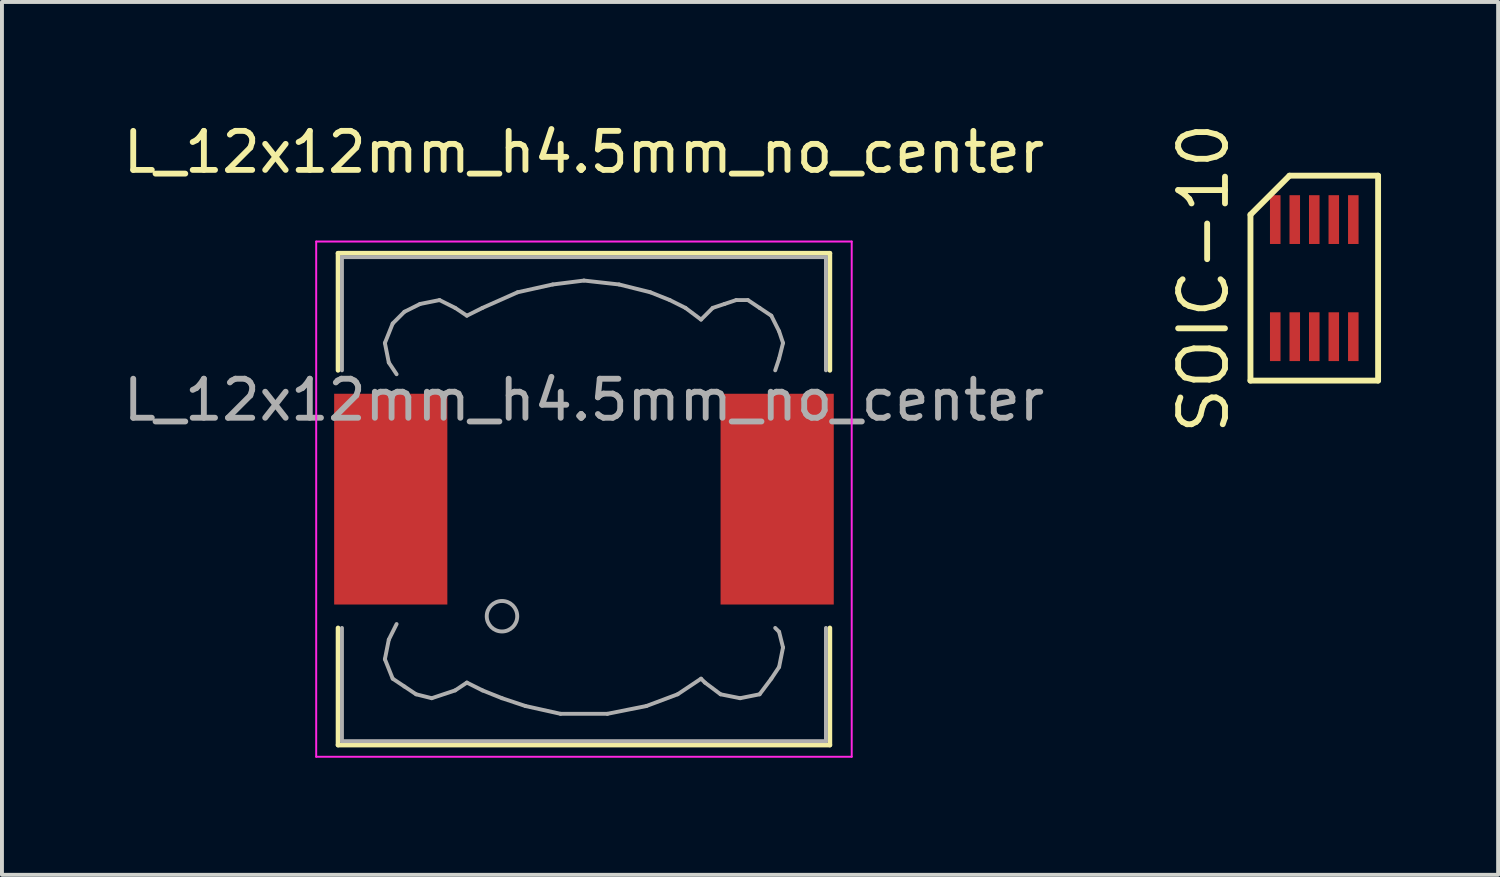
<source format=kicad_pcb>
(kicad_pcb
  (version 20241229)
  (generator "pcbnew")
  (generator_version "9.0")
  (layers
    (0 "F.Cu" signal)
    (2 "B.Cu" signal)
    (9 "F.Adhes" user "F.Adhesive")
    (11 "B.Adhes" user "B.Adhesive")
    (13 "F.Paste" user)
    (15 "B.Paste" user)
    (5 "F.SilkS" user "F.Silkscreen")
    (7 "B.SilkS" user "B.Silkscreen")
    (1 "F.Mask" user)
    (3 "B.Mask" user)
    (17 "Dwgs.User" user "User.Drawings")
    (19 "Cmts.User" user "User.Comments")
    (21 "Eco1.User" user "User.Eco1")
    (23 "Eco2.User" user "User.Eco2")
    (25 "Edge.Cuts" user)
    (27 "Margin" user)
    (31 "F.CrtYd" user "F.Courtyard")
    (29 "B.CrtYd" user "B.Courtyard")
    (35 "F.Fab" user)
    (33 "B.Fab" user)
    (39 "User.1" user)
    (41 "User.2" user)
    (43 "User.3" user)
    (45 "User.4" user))
  (footprint "SOIC-10"
    (layer "F.Cu")
    (at 30.622 4.076)
    (property "Reference" "SOIC-10" (at -2.835 0 90) (layer "F.SilkS") (effects (font (size 1.2 1.2) (thickness 0.15))))
    (attr through_hole)
    (fp_line (start -1.635 -1.625) (end -1.635 2.625) (stroke (width 0.15) (type solid)) (layer "F.SilkS"))
    (fp_line (start -1.635 2.625) (end 1.635 2.625) (stroke (width 0.15) (type solid)) (layer "F.SilkS"))
    (fp_line (start -0.635 -2.625) (end -1.635 -1.625) (stroke (width 0.15) (type solid)) (layer "F.SilkS"))
    (fp_line (start 1.635 -2.625) (end -0.635 -2.625) (stroke (width 0.15) (type solid)) (layer "F.SilkS"))
    (fp_line (start 1.635 2.625) (end 1.635 -2.625) (stroke (width 0.15) (type solid)) (layer "F.SilkS"))
    (pad "1" smd rect (at -1 1.5) (size 0.27 1.25) (layers "F.Cu" "F.Mask" "F.Paste"))
    (pad "2" smd rect (at -0.5 1.5) (size 0.27 1.25) (layers "F.Cu" "F.Mask" "F.Paste"))
    (pad "3" smd rect (at 0 1.5) (size 0.27 1.25) (layers "F.Cu" "F.Mask" "F.Paste"))
    (pad "4" smd rect (at 0.5 1.5) (size 0.27 1.25) (layers "F.Cu" "F.Mask" "F.Paste"))
    (pad "5" smd rect (at 1 1.5) (size 0.27 1.25) (layers "F.Cu" "F.Mask" "F.Paste"))
    (pad "6" smd rect (at 1 -1.5) (size 0.27 1.25) (layers "F.Cu" "F.Mask" "F.Paste"))
    (pad "7" smd rect (at 0.5 -1.5) (size 0.27 1.25) (layers "F.Cu" "F.Mask" "F.Paste"))
    (pad "8" smd rect (at 0 -1.5) (size 0.27 1.25) (layers "F.Cu" "F.Mask" "F.Paste"))
    (pad "9" smd rect (at -0.5 -1.5) (size 0.27 1.25) (layers "F.Cu" "F.Mask" "F.Paste"))
    (pad "10" smd rect (at -1 -1.5) (size 0.27 1.25) (layers "F.Cu" "F.Mask" "F.Paste")))
  (footprint "L_12x12mm_h4.5mm_no_center"
    (layer "F.Cu")
    (at 11.911 9.738)
    (property "Reference" "L_12x12mm_h4.5mm_no_center" (at 0 -8.89 0) (layer "F.SilkS") (effects (font (size 1 1) (thickness 0.15))))
    (attr smd)
    (fp_line (start -6.3 -6.3) (end 6.3 -6.3) (stroke (width 0.12) (type solid)) (layer "F.SilkS"))
    (fp_line (start -6.3 -3.3) (end -6.3 -6.3) (stroke (width 0.12) (type solid)) (layer "F.SilkS"))
    (fp_line (start -6.3 6.3) (end -6.3 3.3) (stroke (width 0.12) (type solid)) (layer "F.SilkS"))
    (fp_line (start 6.3 -6.3) (end 6.3 -3.3) (stroke (width 0.12) (type solid)) (layer "F.SilkS"))
    (fp_line (start 6.3 3.3) (end 6.3 6.3) (stroke (width 0.12) (type solid)) (layer "F.SilkS"))
    (fp_line (start 6.3 6.3) (end -6.3 6.3) (stroke (width 0.12) (type solid)) (layer "F.SilkS"))
    (fp_line (start -6.86 -6.6) (end 6.86 -6.6) (stroke (width 0.05) (type solid)) (layer "F.CrtYd"))
    (fp_line (start -6.86 6.6) (end -6.86 -6.6) (stroke (width 0.05) (type solid)) (layer "F.CrtYd"))
    (fp_line (start 6.86 -6.6) (end 6.86 6.6) (stroke (width 0.05) (type solid)) (layer "F.CrtYd"))
    (fp_line (start 6.86 6.6) (end -6.86 6.6) (stroke (width 0.05) (type solid)) (layer "F.CrtYd"))
    (fp_line (start -6.2 -6.2) (end -6.2 -3.3) (stroke (width 0.1) (type solid)) (layer "F.Fab"))
    (fp_line (start -6.2 3.3) (end -6.2 6.2) (stroke (width 0.1) (type solid)) (layer "F.Fab"))
    (fp_line (start -6.2 6.2) (end 6.2 6.2) (stroke (width 0.1) (type solid)) (layer "F.Fab"))
    (fp_line (start -5.1 -4) (end -5 -3.5) (stroke (width 0.1) (type solid)) (layer "F.Fab"))
    (fp_line (start -5.1 4.1) (end -5 3.6) (stroke (width 0.1) (type solid)) (layer "F.Fab"))
    (fp_line (start -5 -3.5) (end -4.8 -3.2) (stroke (width 0.1) (type solid)) (layer "F.Fab"))
    (fp_line (start -5 3.6) (end -4.8 3.2) (stroke (width 0.1) (type solid)) (layer "F.Fab"))
    (fp_line (start -4.9 -4.5) (end -5.1 -4) (stroke (width 0.1) (type solid)) (layer "F.Fab"))
    (fp_line (start -4.9 4.6) (end -5.1 4.1) (stroke (width 0.1) (type solid)) (layer "F.Fab"))
    (fp_line (start -4.6 -4.8) (end -4.9 -4.5) (stroke (width 0.1) (type solid)) (layer "F.Fab"))
    (fp_line (start -4.6 4.8) (end -4.9 4.6) (stroke (width 0.1) (type solid)) (layer "F.Fab"))
    (fp_line (start -4.3 5) (end -4.6 4.8) (stroke (width 0.1) (type solid)) (layer "F.Fab"))
    (fp_line (start -4.2 -5) (end -4.6 -4.8) (stroke (width 0.1) (type solid)) (layer "F.Fab"))
    (fp_line (start -3.9 5.1) (end -4.3 5) (stroke (width 0.1) (type solid)) (layer "F.Fab"))
    (fp_line (start -3.7 -5.1) (end -4.2 -5) (stroke (width 0.1) (type solid)) (layer "F.Fab"))
    (fp_line (start -3.3 -4.9) (end -3.7 -5.1) (stroke (width 0.1) (type solid)) (layer "F.Fab"))
    (fp_line (start -3.3 4.9) (end -3.9 5.1) (stroke (width 0.1) (type solid)) (layer "F.Fab"))
    (fp_line (start -3 -4.7) (end -3.3 -4.9) (stroke (width 0.1) (type solid)) (layer "F.Fab"))
    (fp_line (start -3 4.7) (end -3.3 4.9) (stroke (width 0.1) (type solid)) (layer "F.Fab"))
    (fp_line (start -2.6 -4.9) (end -3 -4.7) (stroke (width 0.1) (type solid)) (layer "F.Fab"))
    (fp_line (start -2.6 4.9) (end -3 4.7) (stroke (width 0.1) (type solid)) (layer "F.Fab"))
    (fp_line (start -2.1 5.1) (end -2.6 4.9) (stroke (width 0.1) (type solid)) (layer "F.Fab"))
    (fp_line (start -1.7 -5.3) (end -2.6 -4.9) (stroke (width 0.1) (type solid)) (layer "F.Fab"))
    (fp_line (start -1.5 5.3) (end -2.1 5.1) (stroke (width 0.1) (type solid)) (layer "F.Fab"))
    (fp_line (start -0.8 -5.5) (end -1.7 -5.3) (stroke (width 0.1) (type solid)) (layer "F.Fab"))
    (fp_line (start -0.6 5.5) (end -1.5 5.3) (stroke (width 0.1) (type solid)) (layer "F.Fab"))
    (fp_line (start 0 -5.6) (end -0.8 -5.5) (stroke (width 0.1) (type solid)) (layer "F.Fab"))
    (fp_line (start 0.6 5.5) (end -0.6 5.5) (stroke (width 0.1) (type solid)) (layer "F.Fab"))
    (fp_line (start 0.9 -5.5) (end 0 -5.6) (stroke (width 0.1) (type solid)) (layer "F.Fab"))
    (fp_line (start 1.6 5.3) (end 0.6 5.5) (stroke (width 0.1) (type solid)) (layer "F.Fab"))
    (fp_line (start 1.7 -5.3) (end 0.9 -5.5) (stroke (width 0.1) (type solid)) (layer "F.Fab"))
    (fp_line (start 2.2 -5.1) (end 1.7 -5.3) (stroke (width 0.1) (type solid)) (layer "F.Fab"))
    (fp_line (start 2.4 5) (end 1.6 5.3) (stroke (width 0.1) (type solid)) (layer "F.Fab"))
    (fp_line (start 2.6 -4.9) (end 2.2 -5.1) (stroke (width 0.1) (type solid)) (layer "F.Fab"))
    (fp_line (start 3 -4.6) (end 2.6 -4.9) (stroke (width 0.1) (type solid)) (layer "F.Fab"))
    (fp_line (start 3 4.6) (end 2.4 5) (stroke (width 0.1) (type solid)) (layer "F.Fab"))
    (fp_line (start 3.1 4.7) (end 3 4.6) (stroke (width 0.1) (type solid)) (layer "F.Fab"))
    (fp_line (start 3.3 -4.9) (end 3 -4.6) (stroke (width 0.1) (type solid)) (layer "F.Fab"))
    (fp_line (start 3.5 5) (end 3.1 4.7) (stroke (width 0.1) (type solid)) (layer "F.Fab"))
    (fp_line (start 3.6 -5) (end 3.3 -4.9) (stroke (width 0.1) (type solid)) (layer "F.Fab"))
    (fp_line (start 3.9 -5.1) (end 3.6 -5) (stroke (width 0.1) (type solid)) (layer "F.Fab"))
    (fp_line (start 4 5.1) (end 3.5 5) (stroke (width 0.1) (type solid)) (layer "F.Fab"))
    (fp_line (start 4.2 -5.1) (end 3.9 -5.1) (stroke (width 0.1) (type solid)) (layer "F.Fab"))
    (fp_line (start 4.5 -4.9) (end 4.2 -5.1) (stroke (width 0.1) (type solid)) (layer "F.Fab"))
    (fp_line (start 4.5 5) (end 4 5.1) (stroke (width 0.1) (type solid)) (layer "F.Fab"))
    (fp_line (start 4.8 -4.7) (end 4.5 -4.9) (stroke (width 0.1) (type solid)) (layer "F.Fab"))
    (fp_line (start 4.8 4.6) (end 4.5 5) (stroke (width 0.1) (type solid)) (layer "F.Fab"))
    (fp_line (start 4.9 -3.3) (end 5 -3.6) (stroke (width 0.1) (type solid)) (layer "F.Fab"))
    (fp_line (start 4.9 3.3) (end 5 3.4) (stroke (width 0.1) (type solid)) (layer "F.Fab"))
    (fp_line (start 5 -4.3) (end 4.8 -4.7) (stroke (width 0.1) (type solid)) (layer "F.Fab"))
    (fp_line (start 5 -3.6) (end 5.1 -4) (stroke (width 0.1) (type solid)) (layer "F.Fab"))
    (fp_line (start 5 3.4) (end 5.1 3.8) (stroke (width 0.1) (type solid)) (layer "F.Fab"))
    (fp_line (start 5 4.3) (end 4.8 4.6) (stroke (width 0.1) (type solid)) (layer "F.Fab"))
    (fp_line (start 5.1 -4) (end 5 -4.3) (stroke (width 0.1) (type solid)) (layer "F.Fab"))
    (fp_line (start 5.1 3.8) (end 5 4.3) (stroke (width 0.1) (type solid)) (layer "F.Fab"))
    (fp_line (start 6.2 -6.2) (end -6.2 -6.2) (stroke (width 0.1) (type solid)) (layer "F.Fab"))
    (fp_line (start 6.2 -6.2) (end 6.2 -3.3) (stroke (width 0.1) (type solid)) (layer "F.Fab"))
    (fp_line (start 6.2 6.2) (end 6.2 3.3) (stroke (width 0.1) (type solid)) (layer "F.Fab"))
    (fp_circle (center -2.1 3) (end -1.8 3.25) (stroke (width 0.1) (type solid)) (fill no) (layer "F.Fab"))
    (fp_text user "${REFERENCE}" (at 0 -2.54 0) (layer "F.Fab") (effects (font (size 1 1) (thickness 0.15))))
    (pad "1" smd rect (at -4.95 0) (size 2.9 5.4) (layers "F.Cu" "F.Mask" "F.Paste"))
    (pad "2" smd rect (at 4.95 0) (size 2.9 5.4) (layers "F.Cu" "F.Mask" "F.Paste")))
  (gr_rect
    (start -3 -3)
    (end 35.332 19.363)
    (stroke (width 0.1) (type default))
    (fill no)
    (layer "Edge.Cuts")))
</source>
